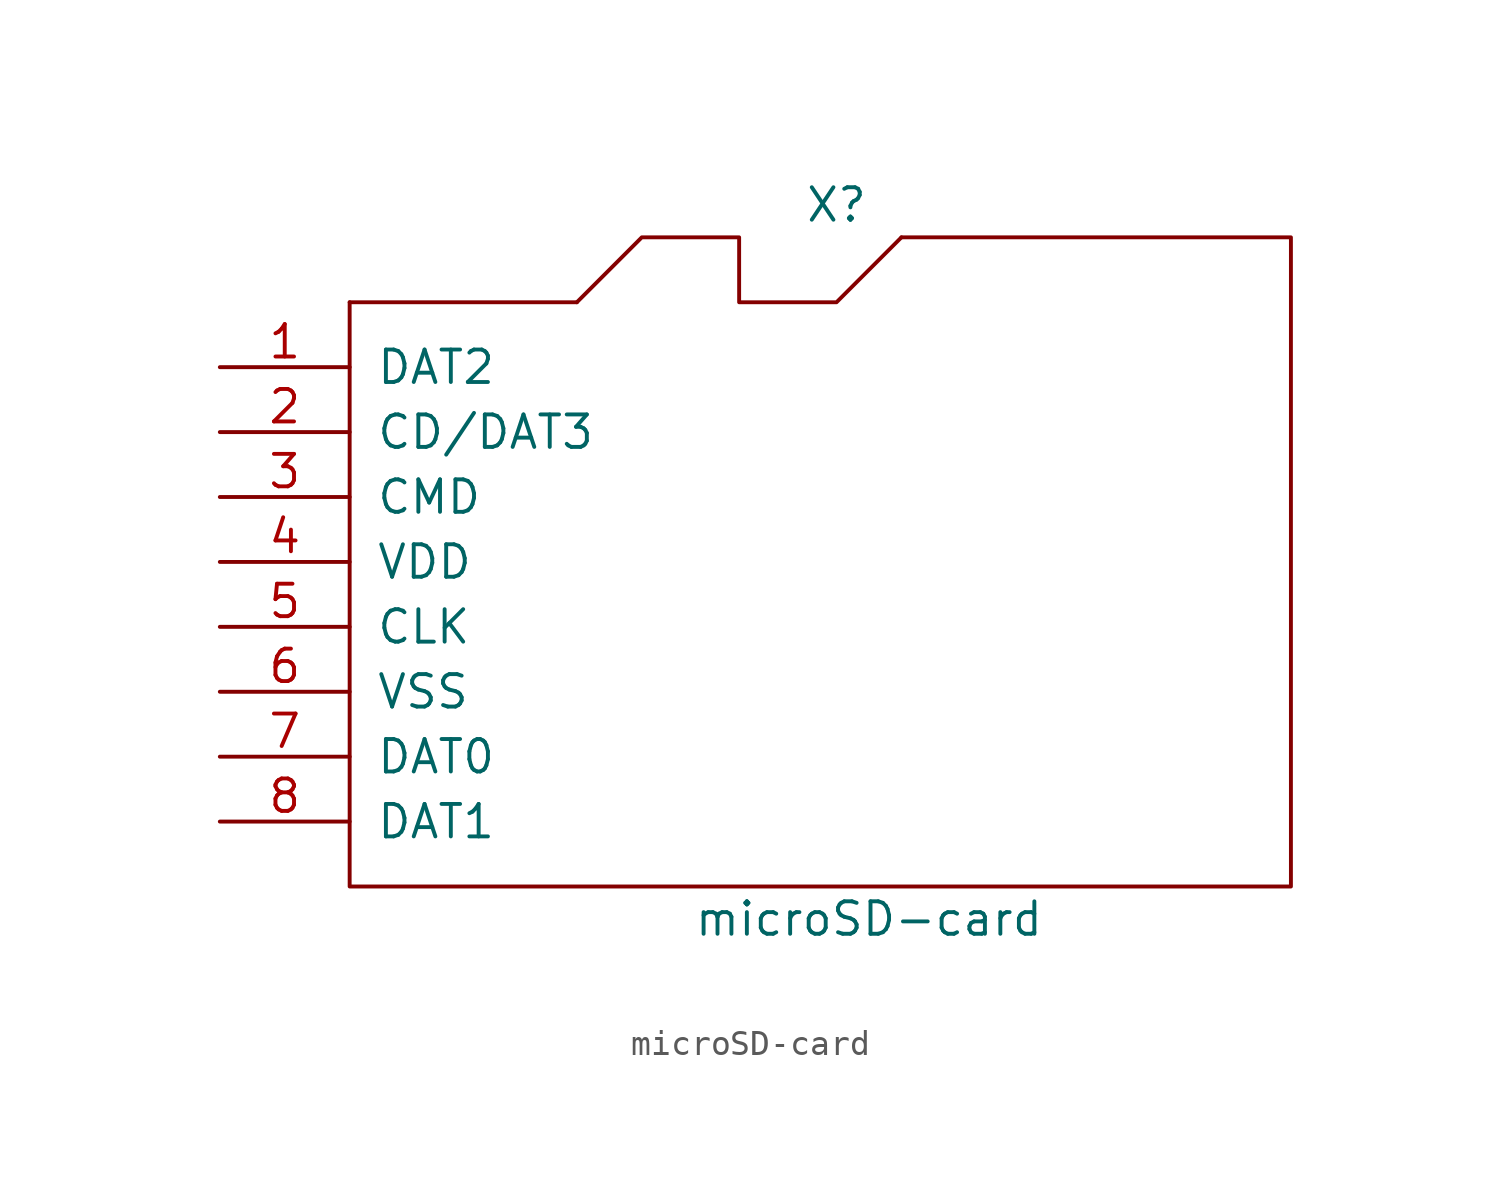
<source format=kicad_sym>
(kicad_symbol_lib
  (version 20241209)
  (generator "kicad_symbol_editor")
  (generator_version "9.0")
  (symbol "microSD-card"
    (pin_names
      (offset 1.016))
    (property "Reference" "X"
      (at -1.27 13.97 0)
      (effects (font (size 1.27 1.27))))
    (property "Value" "microSD-card"
      (at 0 -13.97 0)
      (effects (font (size 1.27 1.27))))
    (property "Footprint" ""
      (at 5.08 8.89 0)
      (effects (font (size 1.27 1.27))))
    (property "Datasheet" ""
      (at 0 0 0)
      (effects (font (size 1.524 1.524))))
    (symbol "microSD-card_0_1"
      (rectangle (start -20.32 10.16) (end -11.43 10.16) (stroke (width 0) (type solid)) (fill (type none)))
      (polyline (pts (xy -20.32 10.16) (xy -20.32 -12.7) (xy 16.51 -12.7) (xy 16.51 12.7) (xy 1.27 12.7)) (stroke (width 0) (type solid)) (fill (type none)))
      (polyline (pts (xy -11.43 10.16) (xy -8.89 12.7) (xy -5.08 12.7) (xy -5.08 10.16) (xy -1.27 10.16) (xy 1.27 12.7)) (stroke (width 0) (type solid)) (fill (type none))))
    (symbol "microSD-card_1_1"
      (pin input line (at -25.4 7.62 0) (length 5.08) (name "DAT2" (effects (font (size 1.27 1.27)))) (number "1" (effects (font (size 1.27 1.27)))))
      (pin input line (at -25.4 5.08 0) (length 5.08) (name "CD/DAT3" (effects (font (size 1.27 1.27)))) (number "2" (effects (font (size 1.27 1.27)))))
      (pin input line (at -25.4 2.54 0) (length 5.08) (name "CMD" (effects (font (size 1.27 1.27)))) (number "3" (effects (font (size 1.27 1.27)))))
      (pin input line (at -25.4 0 0) (length 5.08) (name "VDD" (effects (font (size 1.27 1.27)))) (number "4" (effects (font (size 1.27 1.27)))))
      (pin input line (at -25.4 -2.54 0) (length 5.08) (name "CLK" (effects (font (size 1.27 1.27)))) (number "5" (effects (font (size 1.27 1.27)))))
      (pin input line (at -25.4 -5.08 0) (length 5.08) (name "VSS" (effects (font (size 1.27 1.27)))) (number "6" (effects (font (size 1.27 1.27)))))
      (pin input line (at -25.4 -7.62 0) (length 5.08) (name "DAT0" (effects (font (size 1.27 1.27)))) (number "7" (effects (font (size 1.27 1.27)))))
      (pin input line (at -25.4 -10.16 0) (length 5.08) (name "DAT1" (effects (font (size 1.27 1.27)))) (number "8" (effects (font (size 1.27 1.27))))))))
</source>
